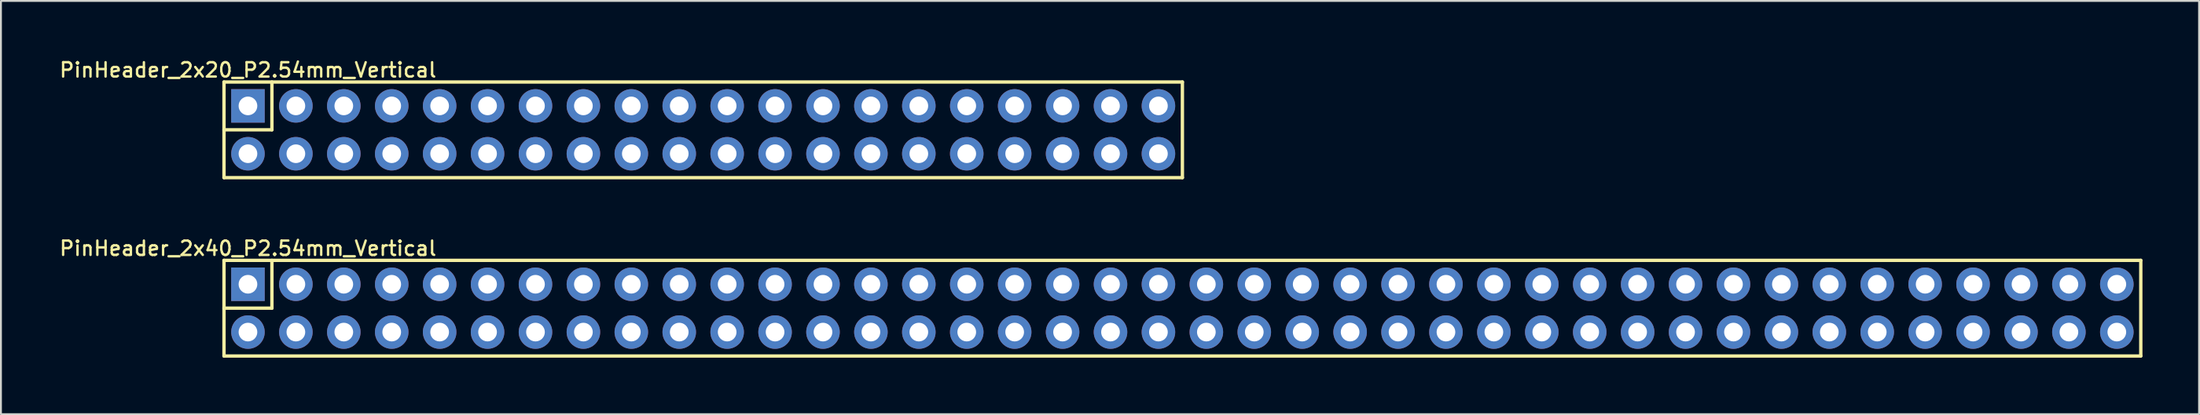
<source format=kicad_pcb>
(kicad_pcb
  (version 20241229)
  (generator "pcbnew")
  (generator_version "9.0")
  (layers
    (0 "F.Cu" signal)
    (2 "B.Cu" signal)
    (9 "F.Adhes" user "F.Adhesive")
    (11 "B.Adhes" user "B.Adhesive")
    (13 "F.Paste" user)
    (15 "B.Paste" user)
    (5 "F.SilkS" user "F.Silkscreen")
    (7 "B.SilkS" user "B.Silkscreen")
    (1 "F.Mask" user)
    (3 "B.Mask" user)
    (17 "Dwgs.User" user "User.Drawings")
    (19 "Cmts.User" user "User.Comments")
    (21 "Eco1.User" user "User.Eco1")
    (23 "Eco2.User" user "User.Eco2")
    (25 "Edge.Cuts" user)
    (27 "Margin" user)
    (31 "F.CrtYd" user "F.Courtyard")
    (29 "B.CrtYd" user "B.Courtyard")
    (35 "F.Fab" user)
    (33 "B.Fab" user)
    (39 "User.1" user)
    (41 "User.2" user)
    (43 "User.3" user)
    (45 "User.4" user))
  (footprint "PinHeader_2x20_P2.54mm_Vertical"
    (layer "F.Cu")
    (at 10.093 2.574)
    (property "Reference" "PinHeader_2x20_P2.54mm_Vertical" (at 0 -1.905 0) (layer "F.SilkS") (effects (font (size 0.762 0.762) (thickness 0.127))))
    (attr through_hole)
    (fp_line (start -1.27 -1.27) (end 49.53 -1.27) (stroke (width 0.178) (type solid)) (layer "F.SilkS"))
    (fp_line (start -1.27 3.81) (end -1.27 -1.27) (stroke (width 0.178) (type solid)) (layer "F.SilkS"))
    (fp_line (start 1.27 -1.27) (end 1.27 1.27) (stroke (width 0.178) (type solid)) (layer "F.SilkS"))
    (fp_line (start 1.27 1.27) (end -1.27 1.27) (stroke (width 0.178) (type solid)) (layer "F.SilkS"))
    (fp_line (start 49.53 -1.27) (end 49.53 3.81) (stroke (width 0.178) (type solid)) (layer "F.SilkS"))
    (fp_line (start 49.53 3.81) (end -1.27 3.81) (stroke (width 0.178) (type solid)) (layer "F.SilkS"))
    (pad "1" thru_hole rect (at 0 0) (size 1.778 1.778) (drill 0.991) (layers "*.Cu" "*.Mask"))
    (pad "2" thru_hole circle (at 0 2.54) (size 1.778 1.778) (drill 0.991) (layers "*.Cu" "*.Mask"))
    (pad "3" thru_hole circle (at 2.54 0) (size 1.778 1.778) (drill 0.991) (layers "*.Cu" "*.Mask"))
    (pad "4" thru_hole circle (at 2.54 2.54) (size 1.778 1.778) (drill 0.991) (layers "*.Cu" "*.Mask"))
    (pad "5" thru_hole circle (at 5.08 0) (size 1.778 1.778) (drill 0.991) (layers "*.Cu" "*.Mask"))
    (pad "6" thru_hole circle (at 5.08 2.54) (size 1.778 1.778) (drill 0.991) (layers "*.Cu" "*.Mask"))
    (pad "7" thru_hole circle (at 7.62 0) (size 1.778 1.778) (drill 0.991) (layers "*.Cu" "*.Mask"))
    (pad "8" thru_hole circle (at 7.62 2.54) (size 1.778 1.778) (drill 0.991) (layers "*.Cu" "*.Mask"))
    (pad "9" thru_hole circle (at 10.16 0) (size 1.778 1.778) (drill 0.991) (layers "*.Cu" "*.Mask"))
    (pad "10" thru_hole circle (at 10.16 2.54) (size 1.778 1.778) (drill 0.991) (layers "*.Cu" "*.Mask"))
    (pad "11" thru_hole circle (at 12.7 0) (size 1.778 1.778) (drill 0.991) (layers "*.Cu" "*.Mask"))
    (pad "12" thru_hole circle (at 12.7 2.54) (size 1.778 1.778) (drill 0.991) (layers "*.Cu" "*.Mask"))
    (pad "13" thru_hole circle (at 15.24 0) (size 1.778 1.778) (drill 0.991) (layers "*.Cu" "*.Mask"))
    (pad "14" thru_hole circle (at 15.24 2.54) (size 1.778 1.778) (drill 0.991) (layers "*.Cu" "*.Mask"))
    (pad "15" thru_hole circle (at 17.78 0) (size 1.778 1.778) (drill 0.991) (layers "*.Cu" "*.Mask"))
    (pad "16" thru_hole circle (at 17.78 2.54) (size 1.778 1.778) (drill 0.991) (layers "*.Cu" "*.Mask"))
    (pad "17" thru_hole circle (at 20.32 0) (size 1.778 1.778) (drill 0.991) (layers "*.Cu" "*.Mask"))
    (pad "18" thru_hole circle (at 20.32 2.54) (size 1.778 1.778) (drill 0.991) (layers "*.Cu" "*.Mask"))
    (pad "19" thru_hole circle (at 22.86 0) (size 1.778 1.778) (drill 0.991) (layers "*.Cu" "*.Mask"))
    (pad "20" thru_hole circle (at 22.86 2.54) (size 1.778 1.778) (drill 0.991) (layers "*.Cu" "*.Mask"))
    (pad "21" thru_hole circle (at 25.4 0) (size 1.778 1.778) (drill 0.991) (layers "*.Cu" "*.Mask"))
    (pad "22" thru_hole circle (at 25.4 2.54) (size 1.778 1.778) (drill 0.991) (layers "*.Cu" "*.Mask"))
    (pad "23" thru_hole circle (at 27.94 0) (size 1.778 1.778) (drill 0.991) (layers "*.Cu" "*.Mask"))
    (pad "24" thru_hole circle (at 27.94 2.54) (size 1.778 1.778) (drill 0.991) (layers "*.Cu" "*.Mask"))
    (pad "25" thru_hole circle (at 30.48 0) (size 1.778 1.778) (drill 0.991) (layers "*.Cu" "*.Mask"))
    (pad "26" thru_hole circle (at 30.48 2.54) (size 1.778 1.778) (drill 0.991) (layers "*.Cu" "*.Mask"))
    (pad "27" thru_hole circle (at 33.02 0) (size 1.778 1.778) (drill 0.991) (layers "*.Cu" "*.Mask"))
    (pad "28" thru_hole circle (at 33.02 2.54) (size 1.778 1.778) (drill 0.991) (layers "*.Cu" "*.Mask"))
    (pad "29" thru_hole circle (at 35.56 0) (size 1.778 1.778) (drill 0.991) (layers "*.Cu" "*.Mask"))
    (pad "30" thru_hole circle (at 35.56 2.54) (size 1.778 1.778) (drill 0.991) (layers "*.Cu" "*.Mask"))
    (pad "31" thru_hole circle (at 38.1 0) (size 1.778 1.778) (drill 0.991) (layers "*.Cu" "*.Mask"))
    (pad "32" thru_hole circle (at 38.1 2.54) (size 1.778 1.778) (drill 0.991) (layers "*.Cu" "*.Mask"))
    (pad "33" thru_hole circle (at 40.64 0) (size 1.778 1.778) (drill 0.991) (layers "*.Cu" "*.Mask"))
    (pad "34" thru_hole circle (at 40.64 2.54) (size 1.778 1.778) (drill 0.991) (layers "*.Cu" "*.Mask"))
    (pad "35" thru_hole circle (at 43.18 0) (size 1.778 1.778) (drill 0.991) (layers "*.Cu" "*.Mask"))
    (pad "36" thru_hole circle (at 43.18 2.54) (size 1.778 1.778) (drill 0.991) (layers "*.Cu" "*.Mask"))
    (pad "37" thru_hole circle (at 45.72 0) (size 1.778 1.778) (drill 0.991) (layers "*.Cu" "*.Mask"))
    (pad "38" thru_hole circle (at 45.72 2.54) (size 1.778 1.778) (drill 0.991) (layers "*.Cu" "*.Mask"))
    (pad "39" thru_hole circle (at 48.26 0) (size 1.778 1.778) (drill 0.991) (layers "*.Cu" "*.Mask"))
    (pad "40" thru_hole circle (at 48.26 2.54) (size 1.778 1.778) (drill 0.991) (layers "*.Cu" "*.Mask")))
  (footprint "PinHeader_2x40_P2.54mm_Vertical"
    (layer "F.Cu")
    (at 10.093 12.046)
    (property "Reference" "PinHeader_2x40_P2.54mm_Vertical" (at 0 -1.905 0) (layer "F.SilkS") (effects (font (size 0.762 0.762) (thickness 0.127))))
    (attr through_hole)
    (fp_line (start -1.27 -1.27) (end 100.33 -1.27) (stroke (width 0.178) (type solid)) (layer "F.SilkS"))
    (fp_line (start -1.27 3.81) (end -1.27 -1.27) (stroke (width 0.178) (type solid)) (layer "F.SilkS"))
    (fp_line (start 1.27 -1.27) (end 1.27 1.27) (stroke (width 0.178) (type solid)) (layer "F.SilkS"))
    (fp_line (start 1.27 1.27) (end -1.27 1.27) (stroke (width 0.178) (type solid)) (layer "F.SilkS"))
    (fp_line (start 100.33 -1.27) (end 100.33 3.81) (stroke (width 0.178) (type solid)) (layer "F.SilkS"))
    (fp_line (start 100.33 3.81) (end -1.27 3.81) (stroke (width 0.178) (type solid)) (layer "F.SilkS"))
    (pad "1" thru_hole rect (at 0 0) (size 1.778 1.778) (drill 0.991) (layers "*.Cu" "*.Mask"))
    (pad "2" thru_hole circle (at 0 2.54) (size 1.778 1.778) (drill 0.991) (layers "*.Cu" "*.Mask"))
    (pad "3" thru_hole circle (at 2.54 0) (size 1.778 1.778) (drill 0.991) (layers "*.Cu" "*.Mask"))
    (pad "4" thru_hole circle (at 2.54 2.54) (size 1.778 1.778) (drill 0.991) (layers "*.Cu" "*.Mask"))
    (pad "5" thru_hole circle (at 5.08 0) (size 1.778 1.778) (drill 0.991) (layers "*.Cu" "*.Mask"))
    (pad "6" thru_hole circle (at 5.08 2.54) (size 1.778 1.778) (drill 0.991) (layers "*.Cu" "*.Mask"))
    (pad "7" thru_hole circle (at 7.62 0) (size 1.778 1.778) (drill 0.991) (layers "*.Cu" "*.Mask"))
    (pad "8" thru_hole circle (at 7.62 2.54) (size 1.778 1.778) (drill 0.991) (layers "*.Cu" "*.Mask"))
    (pad "9" thru_hole circle (at 10.16 0) (size 1.778 1.778) (drill 0.991) (layers "*.Cu" "*.Mask"))
    (pad "10" thru_hole circle (at 10.16 2.54) (size 1.778 1.778) (drill 0.991) (layers "*.Cu" "*.Mask"))
    (pad "11" thru_hole circle (at 12.7 0) (size 1.778 1.778) (drill 0.991) (layers "*.Cu" "*.Mask"))
    (pad "12" thru_hole circle (at 12.7 2.54) (size 1.778 1.778) (drill 0.991) (layers "*.Cu" "*.Mask"))
    (pad "13" thru_hole circle (at 15.24 0) (size 1.778 1.778) (drill 0.991) (layers "*.Cu" "*.Mask"))
    (pad "14" thru_hole circle (at 15.24 2.54) (size 1.778 1.778) (drill 0.991) (layers "*.Cu" "*.Mask"))
    (pad "15" thru_hole circle (at 17.78 0) (size 1.778 1.778) (drill 0.991) (layers "*.Cu" "*.Mask"))
    (pad "16" thru_hole circle (at 17.78 2.54) (size 1.778 1.778) (drill 0.991) (layers "*.Cu" "*.Mask"))
    (pad "17" thru_hole circle (at 20.32 0) (size 1.778 1.778) (drill 0.991) (layers "*.Cu" "*.Mask"))
    (pad "18" thru_hole circle (at 20.32 2.54) (size 1.778 1.778) (drill 0.991) (layers "*.Cu" "*.Mask"))
    (pad "19" thru_hole circle (at 22.86 0) (size 1.778 1.778) (drill 0.991) (layers "*.Cu" "*.Mask"))
    (pad "20" thru_hole circle (at 22.86 2.54) (size 1.778 1.778) (drill 0.991) (layers "*.Cu" "*.Mask"))
    (pad "21" thru_hole circle (at 25.4 0) (size 1.778 1.778) (drill 0.991) (layers "*.Cu" "*.Mask"))
    (pad "22" thru_hole circle (at 25.4 2.54) (size 1.778 1.778) (drill 0.991) (layers "*.Cu" "*.Mask"))
    (pad "23" thru_hole circle (at 27.94 0) (size 1.778 1.778) (drill 0.991) (layers "*.Cu" "*.Mask"))
    (pad "24" thru_hole circle (at 27.94 2.54) (size 1.778 1.778) (drill 0.991) (layers "*.Cu" "*.Mask"))
    (pad "25" thru_hole circle (at 30.48 0) (size 1.778 1.778) (drill 0.991) (layers "*.Cu" "*.Mask"))
    (pad "26" thru_hole circle (at 30.48 2.54) (size 1.778 1.778) (drill 0.991) (layers "*.Cu" "*.Mask"))
    (pad "27" thru_hole circle (at 33.02 0) (size 1.778 1.778) (drill 0.991) (layers "*.Cu" "*.Mask"))
    (pad "28" thru_hole circle (at 33.02 2.54) (size 1.778 1.778) (drill 0.991) (layers "*.Cu" "*.Mask"))
    (pad "29" thru_hole circle (at 35.56 0) (size 1.778 1.778) (drill 0.991) (layers "*.Cu" "*.Mask"))
    (pad "30" thru_hole circle (at 35.56 2.54) (size 1.778 1.778) (drill 0.991) (layers "*.Cu" "*.Mask"))
    (pad "31" thru_hole circle (at 38.1 0) (size 1.778 1.778) (drill 0.991) (layers "*.Cu" "*.Mask"))
    (pad "32" thru_hole circle (at 38.1 2.54) (size 1.778 1.778) (drill 0.991) (layers "*.Cu" "*.Mask"))
    (pad "33" thru_hole circle (at 40.64 0) (size 1.778 1.778) (drill 0.991) (layers "*.Cu" "*.Mask"))
    (pad "34" thru_hole circle (at 40.64 2.54) (size 1.778 1.778) (drill 0.991) (layers "*.Cu" "*.Mask"))
    (pad "35" thru_hole circle (at 43.18 0) (size 1.778 1.778) (drill 0.991) (layers "*.Cu" "*.Mask"))
    (pad "36" thru_hole circle (at 43.18 2.54) (size 1.778 1.778) (drill 0.991) (layers "*.Cu" "*.Mask"))
    (pad "37" thru_hole circle (at 45.72 0) (size 1.778 1.778) (drill 0.991) (layers "*.Cu" "*.Mask"))
    (pad "38" thru_hole circle (at 45.72 2.54) (size 1.778 1.778) (drill 0.991) (layers "*.Cu" "*.Mask"))
    (pad "39" thru_hole circle (at 48.26 0) (size 1.778 1.778) (drill 0.991) (layers "*.Cu" "*.Mask"))
    (pad "40" thru_hole circle (at 48.26 2.54) (size 1.778 1.778) (drill 0.991) (layers "*.Cu" "*.Mask"))
    (pad "41" thru_hole circle (at 50.8 0) (size 1.778 1.778) (drill 0.991) (layers "*.Cu" "*.Mask"))
    (pad "42" thru_hole circle (at 50.8 2.54) (size 1.778 1.778) (drill 0.991) (layers "*.Cu" "*.Mask"))
    (pad "43" thru_hole circle (at 53.34 0) (size 1.778 1.778) (drill 0.991) (layers "*.Cu" "*.Mask"))
    (pad "44" thru_hole circle (at 53.34 2.54) (size 1.778 1.778) (drill 0.991) (layers "*.Cu" "*.Mask"))
    (pad "45" thru_hole circle (at 55.88 0) (size 1.778 1.778) (drill 0.991) (layers "*.Cu" "*.Mask"))
    (pad "46" thru_hole circle (at 55.88 2.54) (size 1.778 1.778) (drill 0.991) (layers "*.Cu" "*.Mask"))
    (pad "47" thru_hole circle (at 58.42 0) (size 1.778 1.778) (drill 0.991) (layers "*.Cu" "*.Mask"))
    (pad "48" thru_hole circle (at 58.42 2.54) (size 1.778 1.778) (drill 0.991) (layers "*.Cu" "*.Mask"))
    (pad "49" thru_hole circle (at 60.96 0) (size 1.778 1.778) (drill 0.991) (layers "*.Cu" "*.Mask"))
    (pad "50" thru_hole circle (at 60.96 2.54) (size 1.778 1.778) (drill 0.991) (layers "*.Cu" "*.Mask"))
    (pad "51" thru_hole circle (at 63.5 0) (size 1.778 1.778) (drill 0.991) (layers "*.Cu" "*.Mask"))
    (pad "52" thru_hole circle (at 63.5 2.54) (size 1.778 1.778) (drill 0.991) (layers "*.Cu" "*.Mask"))
    (pad "53" thru_hole circle (at 66.04 0) (size 1.778 1.778) (drill 0.991) (layers "*.Cu" "*.Mask"))
    (pad "54" thru_hole circle (at 66.04 2.54) (size 1.778 1.778) (drill 0.991) (layers "*.Cu" "*.Mask"))
    (pad "55" thru_hole circle (at 68.58 0) (size 1.778 1.778) (drill 0.991) (layers "*.Cu" "*.Mask"))
    (pad "56" thru_hole circle (at 68.58 2.54) (size 1.778 1.778) (drill 0.991) (layers "*.Cu" "*.Mask"))
    (pad "57" thru_hole circle (at 71.12 0) (size 1.778 1.778) (drill 0.991) (layers "*.Cu" "*.Mask"))
    (pad "58" thru_hole circle (at 71.12 2.54) (size 1.778 1.778) (drill 0.991) (layers "*.Cu" "*.Mask"))
    (pad "59" thru_hole circle (at 73.66 0) (size 1.778 1.778) (drill 0.991) (layers "*.Cu" "*.Mask"))
    (pad "60" thru_hole circle (at 73.66 2.54) (size 1.778 1.778) (drill 0.991) (layers "*.Cu" "*.Mask"))
    (pad "61" thru_hole circle (at 76.2 0) (size 1.778 1.778) (drill 0.991) (layers "*.Cu" "*.Mask"))
    (pad "62" thru_hole circle (at 76.2 2.54) (size 1.778 1.778) (drill 0.991) (layers "*.Cu" "*.Mask"))
    (pad "63" thru_hole circle (at 78.74 0) (size 1.778 1.778) (drill 0.991) (layers "*.Cu" "*.Mask"))
    (pad "64" thru_hole circle (at 78.74 2.54) (size 1.778 1.778) (drill 0.991) (layers "*.Cu" "*.Mask"))
    (pad "65" thru_hole circle (at 81.28 0) (size 1.778 1.778) (drill 0.991) (layers "*.Cu" "*.Mask"))
    (pad "66" thru_hole circle (at 81.28 2.54) (size 1.778 1.778) (drill 0.991) (layers "*.Cu" "*.Mask"))
    (pad "67" thru_hole circle (at 83.82 0) (size 1.778 1.778) (drill 0.991) (layers "*.Cu" "*.Mask"))
    (pad "68" thru_hole circle (at 83.82 2.54) (size 1.778 1.778) (drill 0.991) (layers "*.Cu" "*.Mask"))
    (pad "69" thru_hole circle (at 86.36 0) (size 1.778 1.778) (drill 0.991) (layers "*.Cu" "*.Mask"))
    (pad "70" thru_hole circle (at 86.36 2.54) (size 1.778 1.778) (drill 0.991) (layers "*.Cu" "*.Mask"))
    (pad "71" thru_hole circle (at 88.9 0) (size 1.778 1.778) (drill 0.991) (layers "*.Cu" "*.Mask"))
    (pad "72" thru_hole circle (at 88.9 2.54) (size 1.778 1.778) (drill 0.991) (layers "*.Cu" "*.Mask"))
    (pad "73" thru_hole circle (at 91.44 0) (size 1.778 1.778) (drill 0.991) (layers "*.Cu" "*.Mask"))
    (pad "74" thru_hole circle (at 91.44 2.54) (size 1.778 1.778) (drill 0.991) (layers "*.Cu" "*.Mask"))
    (pad "75" thru_hole circle (at 93.98 0) (size 1.778 1.778) (drill 0.991) (layers "*.Cu" "*.Mask"))
    (pad "76" thru_hole circle (at 93.98 2.54) (size 1.778 1.778) (drill 0.991) (layers "*.Cu" "*.Mask"))
    (pad "77" thru_hole circle (at 96.52 0) (size 1.778 1.778) (drill 0.991) (layers "*.Cu" "*.Mask"))
    (pad "78" thru_hole circle (at 96.52 2.54) (size 1.778 1.778) (drill 0.991) (layers "*.Cu" "*.Mask"))
    (pad "79" thru_hole circle (at 99.06 0) (size 1.778 1.778) (drill 0.991) (layers "*.Cu" "*.Mask"))
    (pad "80" thru_hole circle (at 99.06 2.54) (size 1.778 1.778) (drill 0.991) (layers "*.Cu" "*.Mask")))
  (gr_rect
    (start -3 -3)
    (end 113.512 18.945)
    (stroke (width 0.1) (type default))
    (fill no)
    (layer "Edge.Cuts")))
</source>
